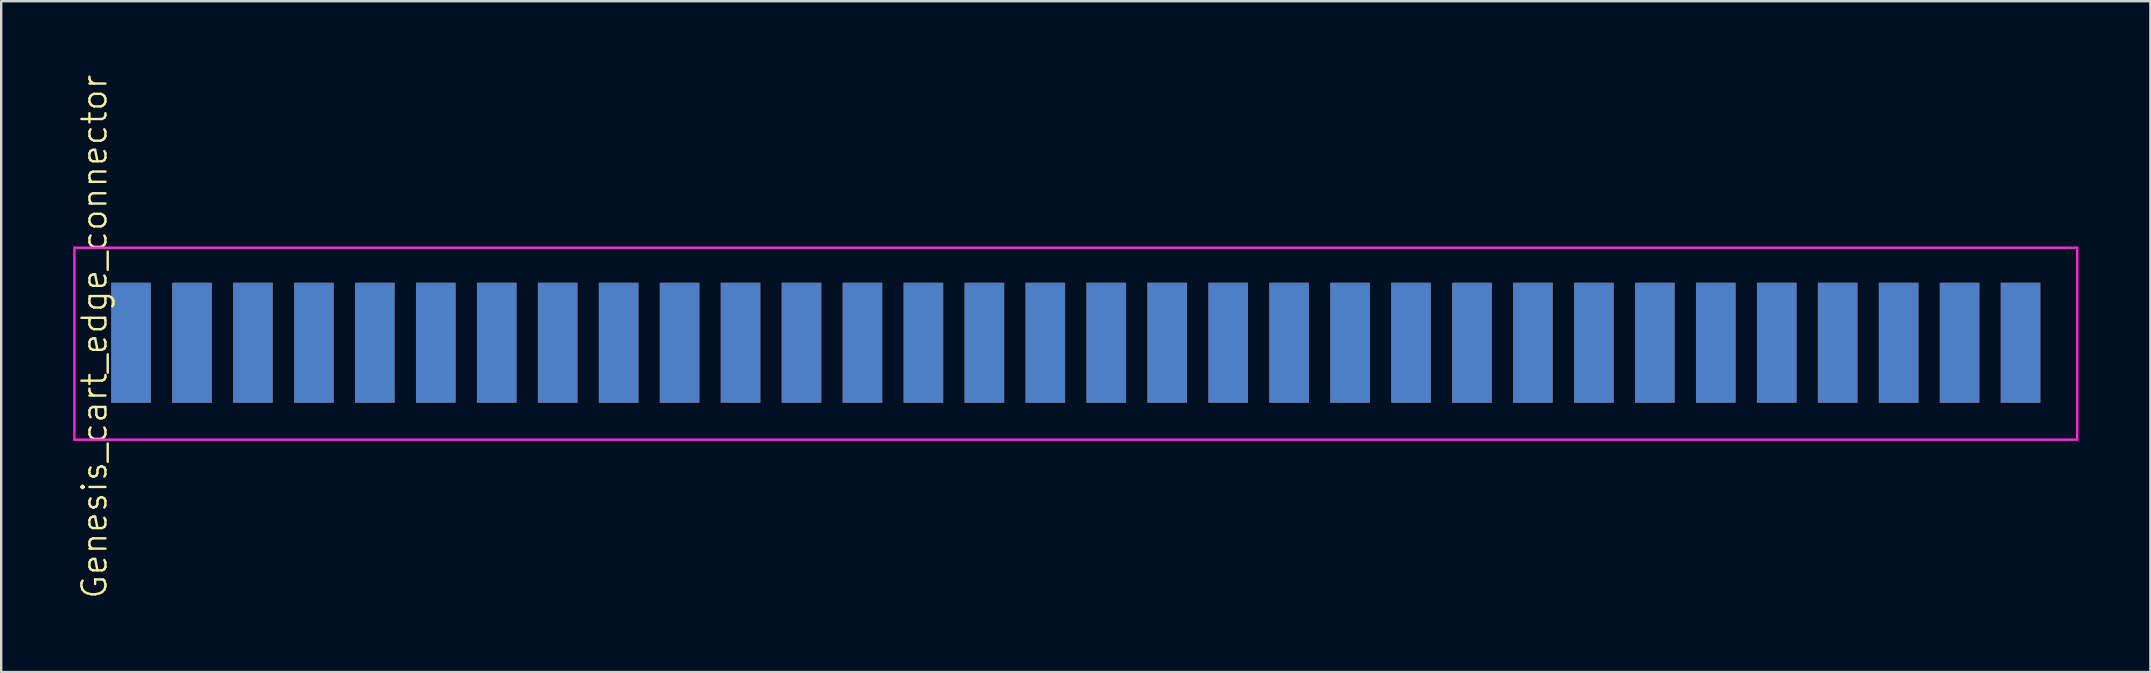
<source format=kicad_pcb>
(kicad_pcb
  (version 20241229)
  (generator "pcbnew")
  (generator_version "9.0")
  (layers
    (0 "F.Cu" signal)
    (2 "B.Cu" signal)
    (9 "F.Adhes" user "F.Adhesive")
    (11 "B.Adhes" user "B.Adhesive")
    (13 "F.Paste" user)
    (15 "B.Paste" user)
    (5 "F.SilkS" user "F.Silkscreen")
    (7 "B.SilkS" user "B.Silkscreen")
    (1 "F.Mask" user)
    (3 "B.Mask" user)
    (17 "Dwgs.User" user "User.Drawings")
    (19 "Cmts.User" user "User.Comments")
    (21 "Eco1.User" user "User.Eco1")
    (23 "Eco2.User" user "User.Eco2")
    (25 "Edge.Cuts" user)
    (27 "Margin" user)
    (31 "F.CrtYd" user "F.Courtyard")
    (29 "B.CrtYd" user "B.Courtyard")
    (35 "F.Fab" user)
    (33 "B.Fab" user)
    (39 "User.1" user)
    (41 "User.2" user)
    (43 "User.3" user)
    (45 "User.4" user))
  (footprint "Genesis_cart_edge_connector"
    (layer "F.Cu")
    (at 2.41 13.773)
    (property "Reference" "Genesis_cart_edge_connector" (at -1.524 -2.794 90) (layer "F.SilkS") (effects (font (size 1 1) (thickness 0.1))))
    (attr through_hole)
    (fp_line (start -2.36 1.5) (end -2.36 -6.5) (stroke (width 0.1) (type solid)) (layer "F.CrtYd"))
    (fp_line (start -2.36 1.5) (end 81.1 1.5) (stroke (width 0.1) (type solid)) (layer "F.CrtYd"))
    (fp_line (start 81.1 -6.5) (end -2.36 -6.5) (stroke (width 0.1) (type solid)) (layer "F.CrtYd"))
    (fp_line (start 81.1 1.5) (end 81.1 -6.5) (stroke (width 0.1) (type solid)) (layer "F.CrtYd"))
    (pad "a1" connect rect (at 0 -2.54) (size 1.65 5) (layers "F.Mask" "B.Cu"))
    (pad "a2" connect rect (at 2.54 -2.54) (size 1.65 5) (layers "F.Mask" "B.Cu"))
    (pad "a3" connect rect (at 5.08 -2.54) (size 1.65 5) (layers "F.Mask" "B.Cu"))
    (pad "a4" connect rect (at 7.62 -2.54) (size 1.65 5) (layers "F.Mask" "B.Cu"))
    (pad "a5" connect rect (at 10.16 -2.54) (size 1.65 5) (layers "F.Mask" "B.Cu"))
    (pad "a6" connect rect (at 12.7 -2.54) (size 1.65 5) (layers "F.Mask" "B.Cu"))
    (pad "a7" connect rect (at 15.24 -2.54) (size 1.65 5) (layers "F.Mask" "B.Cu"))
    (pad "a8" connect rect (at 17.78 -2.54) (size 1.65 5) (layers "F.Mask" "B.Cu"))
    (pad "a9" connect rect (at 20.32 -2.54) (size 1.65 5) (layers "F.Mask" "B.Cu"))
    (pad "a10" connect rect (at 22.86 -2.54) (size 1.65 5) (layers "F.Mask" "B.Cu"))
    (pad "a11" connect rect (at 25.4 -2.54) (size 1.65 5) (layers "F.Mask" "B.Cu"))
    (pad "a12" connect rect (at 27.94 -2.54) (size 1.65 5) (layers "F.Mask" "B.Cu"))
    (pad "a13" connect rect (at 30.48 -2.54) (size 1.65 5) (layers "F.Mask" "B.Cu"))
    (pad "a14" connect rect (at 33.02 -2.54) (size 1.65 5) (layers "F.Mask" "B.Cu"))
    (pad "a15" connect rect (at 35.56 -2.54) (size 1.65 5) (layers "F.Mask" "B.Cu"))
    (pad "a16" connect rect (at 38.1 -2.54) (size 1.65 5) (layers "F.Mask" "B.Cu"))
    (pad "a17" connect rect (at 40.64 -2.54) (size 1.65 5) (layers "F.Mask" "B.Cu"))
    (pad "a18" connect rect (at 43.18 -2.54) (size 1.65 5) (layers "F.Mask" "B.Cu"))
    (pad "a19" connect rect (at 45.72 -2.54) (size 1.65 5) (layers "F.Mask" "B.Cu"))
    (pad "a20" connect rect (at 48.26 -2.54) (size 1.65 5) (layers "F.Mask" "B.Cu"))
    (pad "a21" connect rect (at 50.8 -2.54) (size 1.65 5) (layers "F.Mask" "B.Cu"))
    (pad "a22" connect rect (at 53.34 -2.54) (size 1.65 5) (layers "F.Mask" "B.Cu"))
    (pad "a23" connect rect (at 55.88 -2.54) (size 1.65 5) (layers "F.Mask" "B.Cu"))
    (pad "a24" connect rect (at 58.42 -2.54) (size 1.65 5) (layers "F.Mask" "B.Cu"))
    (pad "a25" connect rect (at 60.96 -2.54) (size 1.65 5) (layers "F.Mask" "B.Cu"))
    (pad "a26" connect rect (at 63.5 -2.54) (size 1.65 5) (layers "F.Mask" "B.Cu"))
    (pad "a27" connect rect (at 66.04 -2.54) (size 1.65 5) (layers "F.Mask" "B.Cu"))
    (pad "a28" connect rect (at 68.58 -2.54) (size 1.65 5) (layers "F.Mask" "B.Cu"))
    (pad "a29" connect rect (at 71.12 -2.54) (size 1.65 5) (layers "F.Mask" "B.Cu"))
    (pad "a30" connect rect (at 73.66 -2.54) (size 1.65 5) (layers "F.Mask" "B.Cu"))
    (pad "a31" connect rect (at 76.2 -2.54) (size 1.65 5) (layers "F.Mask" "B.Cu"))
    (pad "a32" connect rect (at 78.74 -2.54) (size 1.65 5) (layers "F.Mask" "B.Cu"))
    (pad "b1" connect rect (at 0 -2.54) (size 1.65 5) (layers "F.Cu" "F.Mask"))
    (pad "b2" connect rect (at 2.54 -2.54) (size 1.65 5) (layers "F.Cu" "F.Mask"))
    (pad "b3" connect rect (at 5.08 -2.54) (size 1.65 5) (layers "F.Cu" "F.Mask"))
    (pad "b4" connect rect (at 7.62 -2.54) (size 1.65 5) (layers "F.Cu" "F.Mask"))
    (pad "b5" connect rect (at 10.16 -2.54) (size 1.65 5) (layers "F.Cu" "F.Mask"))
    (pad "b6" connect rect (at 12.7 -2.54) (size 1.65 5) (layers "F.Cu" "F.Mask"))
    (pad "b7" connect rect (at 15.24 -2.54) (size 1.65 5) (layers "F.Cu" "F.Mask"))
    (pad "b8" connect rect (at 17.78 -2.54) (size 1.65 5) (layers "F.Cu" "F.Mask"))
    (pad "b9" connect rect (at 20.32 -2.54) (size 1.65 5) (layers "F.Cu" "F.Mask"))
    (pad "b10" connect rect (at 22.86 -2.54) (size 1.65 5) (layers "F.Cu" "F.Mask"))
    (pad "b11" connect rect (at 25.4 -2.54) (size 1.65 5) (layers "F.Cu" "F.Mask"))
    (pad "b12" connect rect (at 27.94 -2.54) (size 1.65 5) (layers "F.Cu" "F.Mask"))
    (pad "b13" connect rect (at 30.48 -2.54) (size 1.65 5) (layers "F.Cu" "F.Mask"))
    (pad "b14" connect rect (at 33.02 -2.54) (size 1.65 5) (layers "F.Cu" "F.Mask"))
    (pad "b15" connect rect (at 35.56 -2.54) (size 1.65 5) (layers "F.Cu" "F.Mask"))
    (pad "b16" connect rect (at 38.1 -2.54) (size 1.65 5) (layers "F.Cu" "F.Mask"))
    (pad "b17" connect rect (at 40.64 -2.54) (size 1.65 5) (layers "F.Cu" "F.Mask"))
    (pad "b18" connect rect (at 43.18 -2.54) (size 1.65 5) (layers "F.Cu" "F.Mask"))
    (pad "b19" connect rect (at 45.72 -2.54) (size 1.65 5) (layers "F.Cu" "F.Mask"))
    (pad "b20" connect rect (at 48.26 -2.54) (size 1.65 5) (layers "F.Cu" "F.Mask"))
    (pad "b21" connect rect (at 50.8 -2.54) (size 1.65 5) (layers "F.Cu" "F.Mask"))
    (pad "b22" connect rect (at 53.34 -2.54) (size 1.65 5) (layers "F.Cu" "F.Mask"))
    (pad "b23" connect rect (at 55.88 -2.54) (size 1.65 5) (layers "F.Cu" "F.Mask"))
    (pad "b24" connect rect (at 58.42 -2.54) (size 1.65 5) (layers "F.Cu" "F.Mask"))
    (pad "b25" connect rect (at 60.96 -2.54) (size 1.65 5) (layers "F.Cu" "F.Mask"))
    (pad "b26" connect rect (at 63.5 -2.54) (size 1.65 5) (layers "F.Cu" "F.Mask"))
    (pad "b27" connect rect (at 66.04 -2.54) (size 1.65 5) (layers "F.Cu" "F.Mask"))
    (pad "b28" connect rect (at 68.58 -2.54) (size 1.65 5) (layers "F.Cu" "F.Mask"))
    (pad "b29" connect rect (at 71.12 -2.54) (size 1.65 5) (layers "F.Cu" "F.Mask"))
    (pad "b30" connect rect (at 73.66 -2.54) (size 1.65 5) (layers "F.Cu" "F.Mask"))
    (pad "b31" connect rect (at 76.2 -2.54) (size 1.65 5) (layers "F.Cu" "F.Mask"))
    (pad "b32" connect rect (at 78.74 -2.54) (size 1.65 5) (layers "F.Cu" "F.Mask")))
  (gr_rect
    (start -3 -3)
    (end 86.56 24.957)
    (stroke (width 0.1) (type default))
    (fill no)
    (layer "Edge.Cuts")))
</source>
